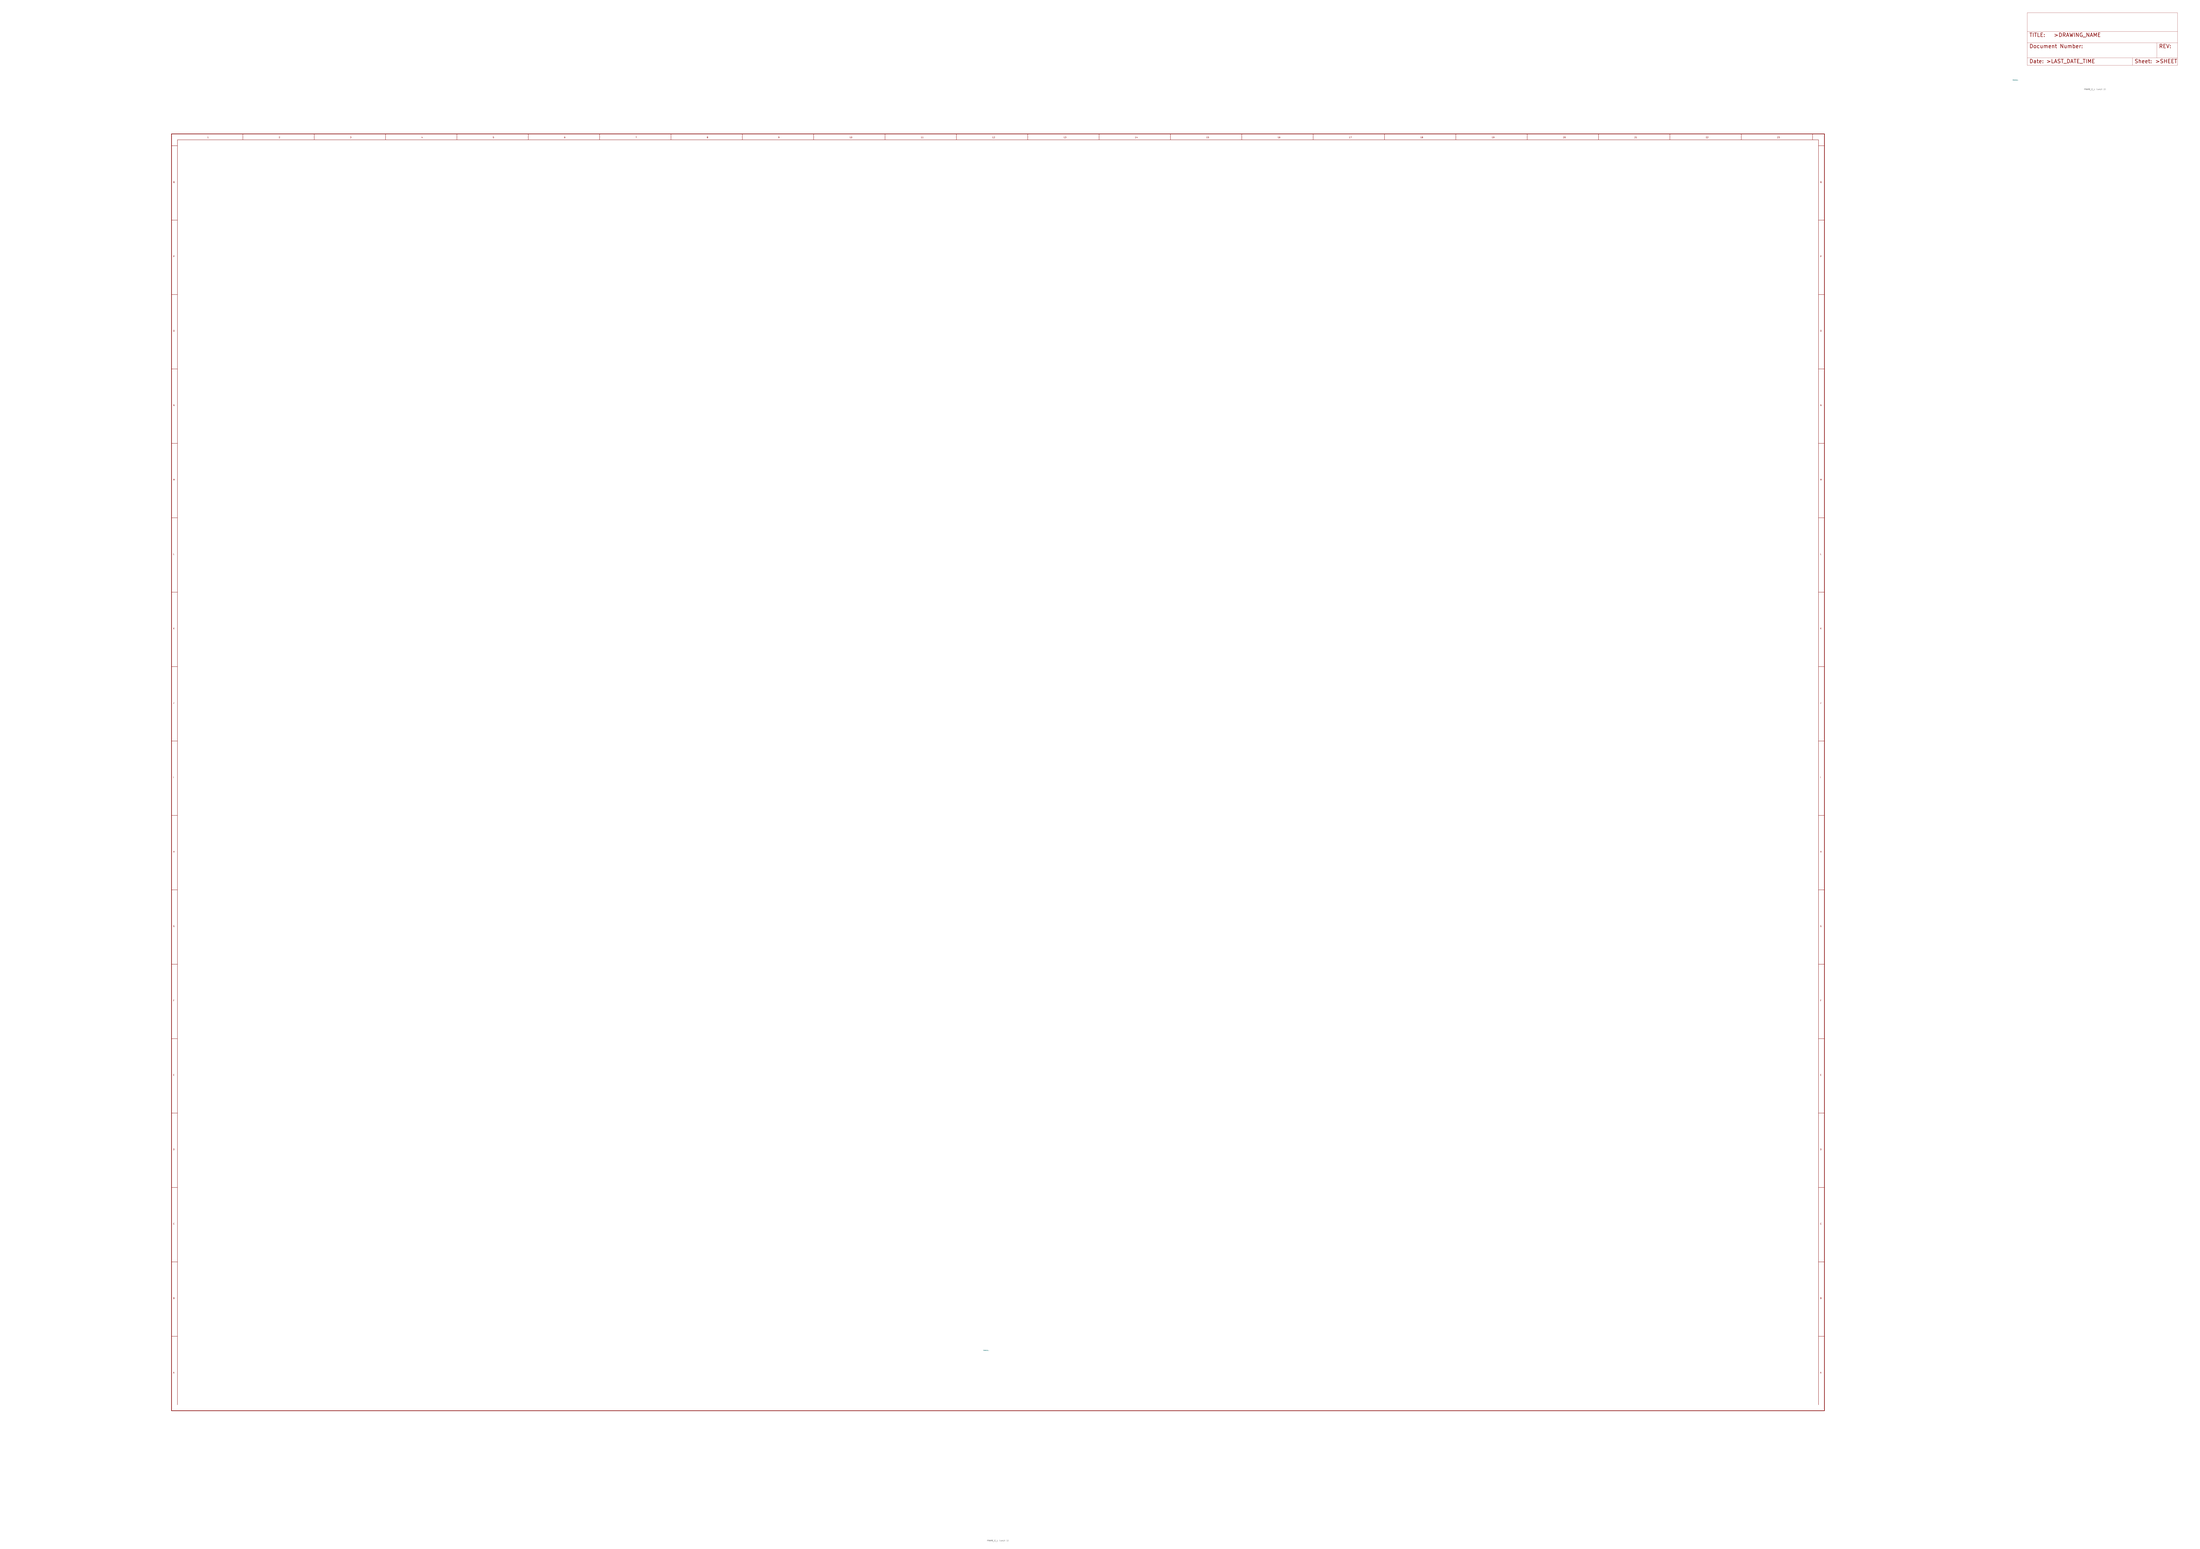
<source format=kicad_sym>
(kicad_symbol_lib
  (version 20220914)
  (generator Eagle2Kicad)
  (symbol "FRAME_E_L"
    (property "Reference" "FRAME"
      (at -10 -10 0)
      (effects (font (size 0.5 0.5) (thickness 0.06)) (justify left)))
    (property "Value" "FRAME_E_L"
      (at -10 -10 0)
      (effects (font (size 0.5 0.5) (thickness 0.06)) (justify left)))
    (symbol "FRAME_E_L_1_0"
      (polyline (pts (xy -558.8 -50.8) (xy 558.8 -50.8)) (stroke (width 0.4) (type default)) (fill (type none)))
      (polyline (pts (xy -558.8 812.8) (xy 558.8 812.8)) (stroke (width 0.4) (type default)) (fill (type none)))
      (polyline (pts (xy -558.8 -50.8) (xy -558.8 812.8)) (stroke (width 0.4) (type default)) (fill (type none)))
      (polyline (pts (xy 558.8 -50.8) (xy 558.8 812.8)) (stroke (width 0.4) (type default)) (fill (type none)))
      (polyline (pts (xy -554.8 808.8) (xy 554.8 808.8)) (stroke (width 0.2) (type default)) (fill (type none)))
      (polyline (pts (xy -510.557 808.8) (xy -510.557 812.8)) (stroke (width 0.2) (type default)) (fill (type none)))
      (text "1" (at -534.678 809.8 0) (effects (font (size 1 1) (thickness 0.13)) (justify left bottom)))
      (polyline (pts (xy -462.313 808.8) (xy -462.313 812.8)) (stroke (width 0.2) (type default)) (fill (type none)))
      (text "2" (at -486.435 809.8 0) (effects (font (size 1 1) (thickness 0.13)) (justify left bottom)))
      (polyline (pts (xy -414.07 808.8) (xy -414.07 812.8)) (stroke (width 0.2) (type default)) (fill (type none)))
      (text "3" (at -438.191 809.8 0) (effects (font (size 1 1) (thickness 0.13)) (justify left bottom)))
      (polyline (pts (xy -365.826 808.8) (xy -365.826 812.8)) (stroke (width 0.2) (type default)) (fill (type none)))
      (text "4" (at -389.948 809.8 0) (effects (font (size 1 1) (thickness 0.13)) (justify left bottom)))
      (polyline (pts (xy -317.583 808.8) (xy -317.583 812.8)) (stroke (width 0.2) (type default)) (fill (type none)))
      (text "5" (at -341.704 809.8 0) (effects (font (size 1 1) (thickness 0.13)) (justify left bottom)))
      (polyline (pts (xy -269.339 808.8) (xy -269.339 812.8)) (stroke (width 0.2) (type default)) (fill (type none)))
      (text "6" (at -293.461 809.8 0) (effects (font (size 1 1) (thickness 0.13)) (justify left bottom)))
      (polyline (pts (xy -221.096 808.8) (xy -221.096 812.8)) (stroke (width 0.2) (type default)) (fill (type none)))
      (text "7" (at -245.217 809.8 0) (effects (font (size 1 1) (thickness 0.13)) (justify left bottom)))
      (polyline (pts (xy -172.852 808.8) (xy -172.852 812.8)) (stroke (width 0.2) (type default)) (fill (type none)))
      (text "8" (at -196.974 809.8 0) (effects (font (size 1 1) (thickness 0.13)) (justify left bottom)))
      (polyline (pts (xy -124.609 808.8) (xy -124.609 812.8)) (stroke (width 0.2) (type default)) (fill (type none)))
      (text "9" (at -148.73 809.8 0) (effects (font (size 1 1) (thickness 0.13)) (justify left bottom)))
      (polyline (pts (xy -76.365 808.8) (xy -76.365 812.8)) (stroke (width 0.2) (type default)) (fill (type none)))
      (text "10" (at -100.487 809.8 0) (effects (font (size 1 1) (thickness 0.13)) (justify left bottom)))
      (polyline (pts (xy -28.122 808.8) (xy -28.122 812.8)) (stroke (width 0.2) (type default)) (fill (type none)))
      (text "11" (at -52.243 809.8 0) (effects (font (size 1 1) (thickness 0.13)) (justify left bottom)))
      (polyline (pts (xy 20.122 808.8) (xy 20.122 812.8)) (stroke (width 0.2) (type default)) (fill (type none)))
      (text "12" (at -4 809.8 0) (effects (font (size 1 1) (thickness 0.13)) (justify left bottom)))
      (polyline (pts (xy 68.365 808.8) (xy 68.365 812.8)) (stroke (width 0.2) (type default)) (fill (type none)))
      (text "13" (at 44.243 809.8 0) (effects (font (size 1 1) (thickness 0.13)) (justify left bottom)))
      (polyline (pts (xy 116.609 808.8) (xy 116.609 812.8)) (stroke (width 0.2) (type default)) (fill (type none)))
      (text "14" (at 92.487 809.8 0) (effects (font (size 1 1) (thickness 0.13)) (justify left bottom)))
      (polyline (pts (xy 164.852 808.8) (xy 164.852 812.8)) (stroke (width 0.2) (type default)) (fill (type none)))
      (text "15" (at 140.73 809.8 0) (effects (font (size 1 1) (thickness 0.13)) (justify left bottom)))
      (polyline (pts (xy 213.096 808.8) (xy 213.096 812.8)) (stroke (width 0.2) (type default)) (fill (type none)))
      (text "16" (at 188.974 809.8 0) (effects (font (size 1 1) (thickness 0.13)) (justify left bottom)))
      (polyline (pts (xy 261.339 808.8) (xy 261.339 812.8)) (stroke (width 0.2) (type default)) (fill (type none)))
      (text "17" (at 237.217 809.8 0) (effects (font (size 1 1) (thickness 0.13)) (justify left bottom)))
      (polyline (pts (xy 309.583 808.8) (xy 309.583 812.8)) (stroke (width 0.2) (type default)) (fill (type none)))
      (text "18" (at 285.461 809.8 0) (effects (font (size 1 1) (thickness 0.13)) (justify left bottom)))
      (polyline (pts (xy 357.826 808.8) (xy 357.826 812.8)) (stroke (width 0.2) (type default)) (fill (type none)))
      (text "19" (at 333.704 809.8 0) (effects (font (size 1 1) (thickness 0.13)) (justify left bottom)))
      (polyline (pts (xy 406.07 808.8) (xy 406.07 812.8)) (stroke (width 0.2) (type default)) (fill (type none)))
      (text "20" (at 381.948 809.8 0) (effects (font (size 1 1) (thickness 0.13)) (justify left bottom)))
      (polyline (pts (xy 454.313 808.8) (xy 454.313 812.8)) (stroke (width 0.2) (type default)) (fill (type none)))
      (text "21" (at 430.191 809.8 0) (effects (font (size 1 1) (thickness 0.13)) (justify left bottom)))
      (polyline (pts (xy 502.557 808.8) (xy 502.557 812.8)) (stroke (width 0.2) (type default)) (fill (type none)))
      (text "22" (at 478.435 809.8 0) (effects (font (size 1 1) (thickness 0.13)) (justify left bottom)))
      (polyline (pts (xy 550.8 808.8) (xy 550.8 812.8)) (stroke (width 0.2) (type default)) (fill (type none)))
      (text "23" (at 526.678 809.8 0) (effects (font (size 1 1) (thickness 0.13)) (justify left bottom)))
      (polyline (pts (xy -554.8 -46.8) (xy -554.8 808.8)) (stroke (width 0.2) (type default)) (fill (type none)))
      (polyline (pts (xy -558.8 -0.471) (xy -554.8 -0.471)) (stroke (width 0.2) (type default)) (fill (type none)))
      (text "A" (at -557.8 -25.635 0) (effects (font (size 1 1) (thickness 0.13)) (justify left bottom)))
      (polyline (pts (xy -558.8 49.859) (xy -554.8 49.859)) (stroke (width 0.2) (type default)) (fill (type none)))
      (text "B" (at -557.8 24.694 0) (effects (font (size 1 1) (thickness 0.13)) (justify left bottom)))
      (polyline (pts (xy -558.8 100.188) (xy -554.8 100.188)) (stroke (width 0.2) (type default)) (fill (type none)))
      (text "C" (at -557.8 75.024 0) (effects (font (size 1 1) (thickness 0.13)) (justify left bottom)))
      (polyline (pts (xy -558.8 150.518) (xy -554.8 150.518)) (stroke (width 0.2) (type default)) (fill (type none)))
      (text "D" (at -557.8 125.353 0) (effects (font (size 1 1) (thickness 0.13)) (justify left bottom)))
      (polyline (pts (xy -558.8 200.847) (xy -554.8 200.847)) (stroke (width 0.2) (type default)) (fill (type none)))
      (text "E" (at -557.8 175.682 0) (effects (font (size 1 1) (thickness 0.13)) (justify left bottom)))
      (polyline (pts (xy -558.8 251.176) (xy -554.8 251.176)) (stroke (width 0.2) (type default)) (fill (type none)))
      (text "F" (at -557.8 226.012 0) (effects (font (size 1 1) (thickness 0.13)) (justify left bottom)))
      (polyline (pts (xy -558.8 301.506) (xy -554.8 301.506)) (stroke (width 0.2) (type default)) (fill (type none)))
      (text "G" (at -557.8 276.341 0) (effects (font (size 1 1) (thickness 0.13)) (justify left bottom)))
      (polyline (pts (xy -558.8 351.835) (xy -554.8 351.835)) (stroke (width 0.2) (type default)) (fill (type none)))
      (text "H" (at -557.8 326.671 0) (effects (font (size 1 1) (thickness 0.13)) (justify left bottom)))
      (polyline (pts (xy -558.8 402.165) (xy -554.8 402.165)) (stroke (width 0.2) (type default)) (fill (type none)))
      (text "I" (at -557.8 377 0) (effects (font (size 1 1) (thickness 0.13)) (justify left bottom)))
      (polyline (pts (xy -558.8 452.494) (xy -554.8 452.494)) (stroke (width 0.2) (type default)) (fill (type none)))
      (text "J" (at -557.8 427.329 0) (effects (font (size 1 1) (thickness 0.13)) (justify left bottom)))
      (polyline (pts (xy -558.8 502.824) (xy -554.8 502.824)) (stroke (width 0.2) (type default)) (fill (type none)))
      (text "K" (at -557.8 477.659 0) (effects (font (size 1 1) (thickness 0.13)) (justify left bottom)))
      (polyline (pts (xy -558.8 553.153) (xy -554.8 553.153)) (stroke (width 0.2) (type default)) (fill (type none)))
      (text "L" (at -557.8 527.988 0) (effects (font (size 1 1) (thickness 0.13)) (justify left bottom)))
      (polyline (pts (xy -558.8 603.482) (xy -554.8 603.482)) (stroke (width 0.2) (type default)) (fill (type none)))
      (text "M" (at -557.8 578.318 0) (effects (font (size 1 1) (thickness 0.13)) (justify left bottom)))
      (polyline (pts (xy -558.8 653.812) (xy -554.8 653.812)) (stroke (width 0.2) (type default)) (fill (type none)))
      (text "N" (at -557.8 628.647 0) (effects (font (size 1 1) (thickness 0.13)) (justify left bottom)))
      (polyline (pts (xy -558.8 704.141) (xy -554.8 704.141)) (stroke (width 0.2) (type default)) (fill (type none)))
      (text "O" (at -557.8 678.976 0) (effects (font (size 1 1) (thickness 0.13)) (justify left bottom)))
      (polyline (pts (xy -558.8 754.471) (xy -554.8 754.471)) (stroke (width 0.2) (type default)) (fill (type none)))
      (text "P" (at -557.8 729.306 0) (effects (font (size 1 1) (thickness 0.13)) (justify left bottom)))
      (polyline (pts (xy -558.8 804.8) (xy -554.8 804.8)) (stroke (width 0.2) (type default)) (fill (type none)))
      (text "Q" (at -557.8 779.635 0) (effects (font (size 1 1) (thickness 0.13)) (justify left bottom)))
      (polyline (pts (xy 554.8 -46.8) (xy 554.8 808.8)) (stroke (width 0.2) (type default)) (fill (type none)))
      (polyline (pts (xy 554.8 -0.471) (xy 558.8 -0.471)) (stroke (width 0.2) (type default)) (fill (type none)))
      (text "A" (at 555.8 -25.635 0) (effects (font (size 1 1) (thickness 0.13)) (justify left bottom)))
      (polyline (pts (xy 554.8 49.859) (xy 558.8 49.859)) (stroke (width 0.2) (type default)) (fill (type none)))
      (text "B" (at 555.8 24.694 0) (effects (font (size 1 1) (thickness 0.13)) (justify left bottom)))
      (polyline (pts (xy 554.8 100.188) (xy 558.8 100.188)) (stroke (width 0.2) (type default)) (fill (type none)))
      (text "C" (at 555.8 75.024 0) (effects (font (size 1 1) (thickness 0.13)) (justify left bottom)))
      (polyline (pts (xy 554.8 150.518) (xy 558.8 150.518)) (stroke (width 0.2) (type default)) (fill (type none)))
      (text "D" (at 555.8 125.353 0) (effects (font (size 1 1) (thickness 0.13)) (justify left bottom)))
      (polyline (pts (xy 554.8 200.847) (xy 558.8 200.847)) (stroke (width 0.2) (type default)) (fill (type none)))
      (text "E" (at 555.8 175.682 0) (effects (font (size 1 1) (thickness 0.13)) (justify left bottom)))
      (polyline (pts (xy 554.8 251.176) (xy 558.8 251.176)) (stroke (width 0.2) (type default)) (fill (type none)))
      (text "F" (at 555.8 226.012 0) (effects (font (size 1 1) (thickness 0.13)) (justify left bottom)))
      (polyline (pts (xy 554.8 301.506) (xy 558.8 301.506)) (stroke (width 0.2) (type default)) (fill (type none)))
      (text "G" (at 555.8 276.341 0) (effects (font (size 1 1) (thickness 0.13)) (justify left bottom)))
      (polyline (pts (xy 554.8 351.835) (xy 558.8 351.835)) (stroke (width 0.2) (type default)) (fill (type none)))
      (text "H" (at 555.8 326.671 0) (effects (font (size 1 1) (thickness 0.13)) (justify left bottom)))
      (polyline (pts (xy 554.8 402.165) (xy 558.8 402.165)) (stroke (width 0.2) (type default)) (fill (type none)))
      (text "I" (at 555.8 377 0) (effects (font (size 1 1) (thickness 0.13)) (justify left bottom)))
      (polyline (pts (xy 554.8 452.494) (xy 558.8 452.494)) (stroke (width 0.2) (type default)) (fill (type none)))
      (text "J" (at 555.8 427.329 0) (effects (font (size 1 1) (thickness 0.13)) (justify left bottom)))
      (polyline (pts (xy 554.8 502.824) (xy 558.8 502.824)) (stroke (width 0.2) (type default)) (fill (type none)))
      (text "K" (at 555.8 477.659 0) (effects (font (size 1 1) (thickness 0.13)) (justify left bottom)))
      (polyline (pts (xy 554.8 553.153) (xy 558.8 553.153)) (stroke (width 0.2) (type default)) (fill (type none)))
      (text "L" (at 555.8 527.988 0) (effects (font (size 1 1) (thickness 0.13)) (justify left bottom)))
      (polyline (pts (xy 554.8 603.482) (xy 558.8 603.482)) (stroke (width 0.2) (type default)) (fill (type none)))
      (text "M" (at 555.8 578.318 0) (effects (font (size 1 1) (thickness 0.13)) (justify left bottom)))
      (polyline (pts (xy 554.8 653.812) (xy 558.8 653.812)) (stroke (width 0.2) (type default)) (fill (type none)))
      (text "N" (at 555.8 628.647 0) (effects (font (size 1 1) (thickness 0.13)) (justify left bottom)))
      (polyline (pts (xy 554.8 704.141) (xy 558.8 704.141)) (stroke (width 0.2) (type default)) (fill (type none)))
      (text "O" (at 555.8 678.976 0) (effects (font (size 1 1) (thickness 0.13)) (justify left bottom)))
      (polyline (pts (xy 554.8 754.471) (xy 558.8 754.471)) (stroke (width 0.2) (type default)) (fill (type none)))
      (text "P" (at 555.8 729.306 0) (effects (font (size 1 1) (thickness 0.13)) (justify left bottom)))
      (polyline (pts (xy 554.8 804.8) (xy 558.8 804.8)) (stroke (width 0.2) (type default)) (fill (type none)))
      (text "Q" (at 555.8 779.635 0) (effects (font (size 1 1) (thickness 0.13)) (justify left bottom))))
    (symbol "FRAME_E_L_2_0"
      (polyline (pts (xy 0 0) (xy 71.12 0)) (stroke (width 0.102) (type default)) (fill (type none)))
      (polyline (pts (xy 101.6 15.24) (xy 87.63 15.24)) (stroke (width 0.102) (type default)) (fill (type none)))
      (polyline (pts (xy 0 0) (xy 0 5.08)) (stroke (width 0.102) (type default)) (fill (type none)))
      (polyline (pts (xy 0 5.08) (xy 71.12 5.08)) (stroke (width 0.102) (type default)) (fill (type none)))
      (polyline (pts (xy 0 5.08) (xy 0 15.24)) (stroke (width 0.102) (type default)) (fill (type none)))
      (polyline (pts (xy 101.6 15.24) (xy 101.6 5.08)) (stroke (width 0.102) (type default)) (fill (type none)))
      (polyline (pts (xy 71.12 5.08) (xy 71.12 0)) (stroke (width 0.102) (type default)) (fill (type none)))
      (polyline (pts (xy 71.12 5.08) (xy 87.63 5.08)) (stroke (width 0.102) (type default)) (fill (type none)))
      (polyline (pts (xy 71.12 0) (xy 101.6 0)) (stroke (width 0.102) (type default)) (fill (type none)))
      (polyline (pts (xy 87.63 15.24) (xy 87.63 5.08)) (stroke (width 0.102) (type default)) (fill (type none)))
      (polyline (pts (xy 87.63 15.24) (xy 0 15.24)) (stroke (width 0.102) (type default)) (fill (type none)))
      (polyline (pts (xy 87.63 5.08) (xy 101.6 5.08)) (stroke (width 0.102) (type default)) (fill (type none)))
      (polyline (pts (xy 101.6 5.08) (xy 101.6 0)) (stroke (width 0.102) (type default)) (fill (type none)))
      (polyline (pts (xy 0 15.24) (xy 0 22.86)) (stroke (width 0.102) (type default)) (fill (type none)))
      (polyline (pts (xy 101.6 35.56) (xy 0 35.56)) (stroke (width 0.102) (type default)) (fill (type none)))
      (polyline (pts (xy 101.6 35.56) (xy 101.6 22.86)) (stroke (width 0.102) (type default)) (fill (type none)))
      (polyline (pts (xy 0 22.86) (xy 101.6 22.86)) (stroke (width 0.102) (type default)) (fill (type none)))
      (polyline (pts (xy 0 22.86) (xy 0 35.56)) (stroke (width 0.102) (type default)) (fill (type none)))
      (polyline (pts (xy 101.6 22.86) (xy 101.6 15.24)) (stroke (width 0.102) (type default)) (fill (type none)))
      (text "Date:" (at 1.27 1.27 0) (effects (font (size 2.54 2.54) (thickness 0.32)) (justify left bottom)))
      (text ">LAST_DATE_TIME" (at 12.7 1.27 0) (effects (font (size 2.54 2.54) (thickness 0.32)) (justify left bottom)))
      (text "Sheet:" (at 72.39 1.27 0) (effects (font (size 2.54 2.54) (thickness 0.32)) (justify left bottom)))
      (text ">SHEET" (at 86.36 1.27 0) (effects (font (size 2.54 2.54) (thickness 0.32)) (justify left bottom)))
      (text "REV:" (at 88.9 11.43 0) (effects (font (size 2.54 2.54) (thickness 0.32)) (justify left bottom)))
      (text "TITLE:" (at 1.27 19.05 0) (effects (font (size 2.54 2.54) (thickness 0.32)) (justify left bottom)))
      (text "Document Number:" (at 1.27 11.43 0) (effects (font (size 2.54 2.54) (thickness 0.32)) (justify left bottom)))
      (text ">DRAWING_NAME" (at 17.78 19.05 0) (effects (font (size 2.54 2.54) (thickness 0.32)) (justify left bottom))))))
</source>
